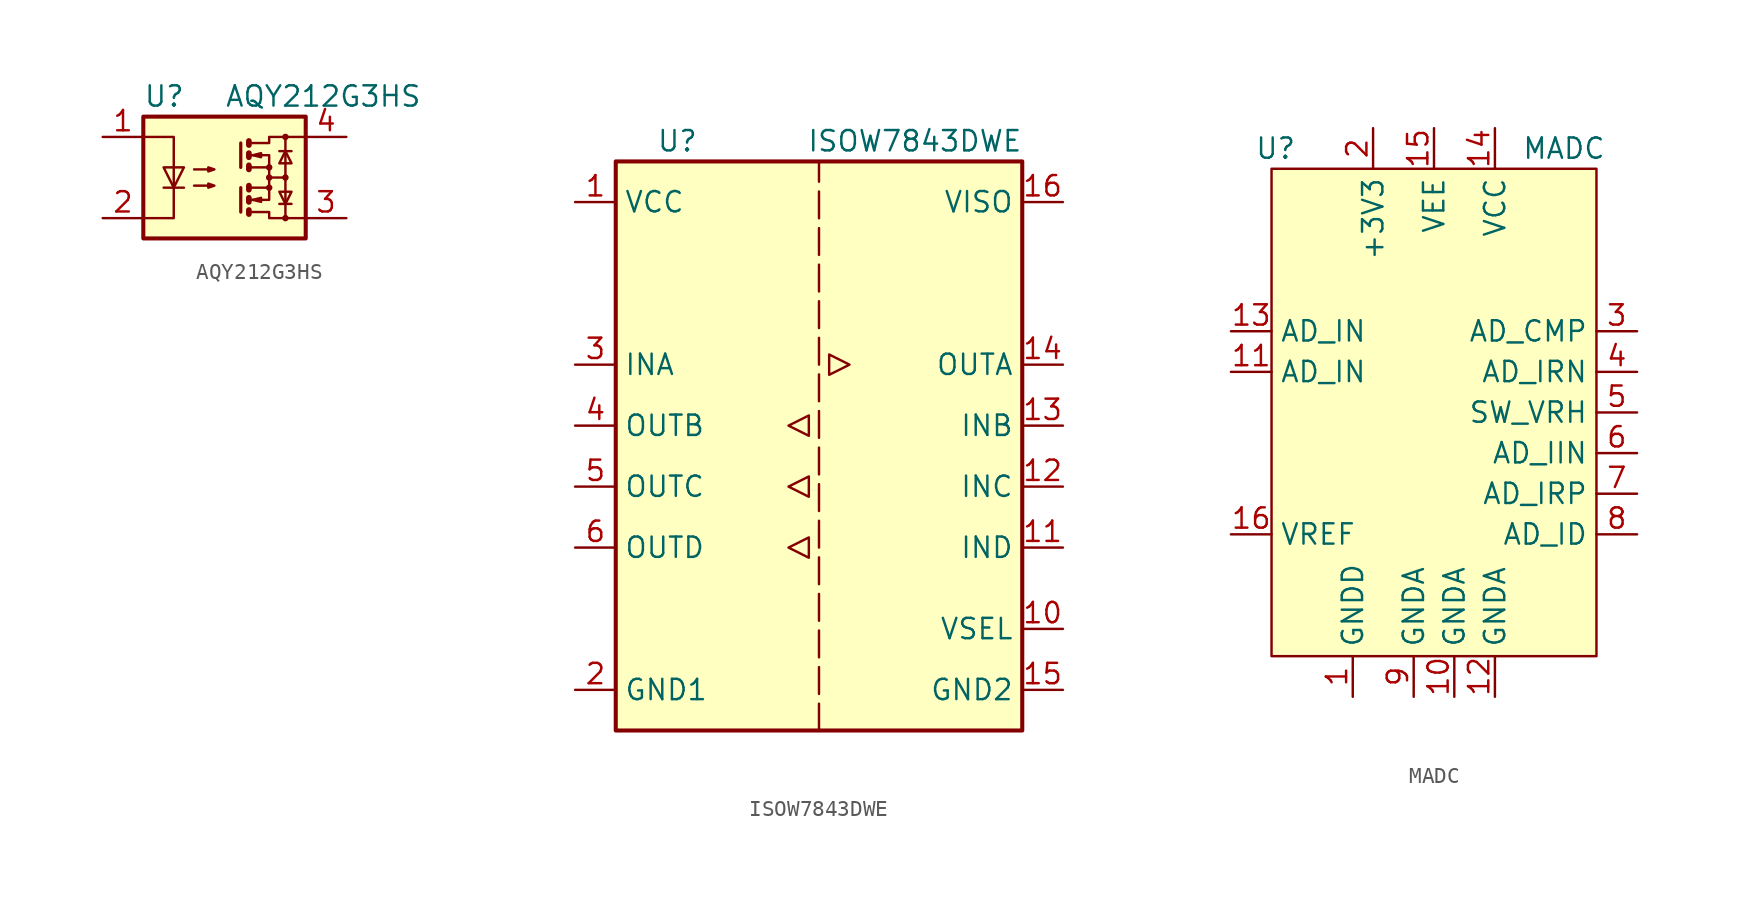
<source format=kicad_sym>
(kicad_symbol_lib
  (version 20241209)
  (generator "kicad_symbol_editor")
  (generator_version "9.0")
  (symbol "AQY212G3HS"
    (property "Reference" "U"
      (at -5.08 5.08 0)
      (effects (font (size 1.27 1.27)) (justify left)))
    (property "Value" "AQY212G3HS"
      (at 0 5.08 0)
      (effects (font (size 1.27 1.27)) (justify left)))
    (symbol "AQY212G3HS_0_1"
      (rectangle (start -5.08 3.81) (end 5.08 -3.81) (stroke (width 0.254) (type default)) (fill (type background)))
      (polyline (pts (xy -5.08 2.54) (xy -3.175 2.54) (xy -3.175 -2.54) (xy -5.08 -2.54)) (stroke (width 0) (type default)) (fill (type none)))
      (polyline (pts (xy -3.81 -0.635) (xy -2.54 -0.635)) (stroke (width 0) (type default)) (fill (type none)))
      (polyline (pts (xy -3.175 -0.635) (xy -3.81 0.635) (xy -2.54 0.635) (xy -3.175 -0.635)) (stroke (width 0) (type default)) (fill (type none)))
      (polyline (pts (xy -1.905 0.508) (xy -0.635 0.508) (xy -1.016 0.381) (xy -1.016 0.635) (xy -0.635 0.508)) (stroke (width 0) (type default)) (fill (type none)))
      (polyline (pts (xy -1.905 -0.508) (xy -0.635 -0.508) (xy -1.016 -0.635) (xy -1.016 -0.381) (xy -0.635 -0.508)) (stroke (width 0) (type default)) (fill (type none)))
      (polyline (pts (xy 1.016 2.159) (xy 1.016 0.635)) (stroke (width 0.203) (type default)) (fill (type none)))
      (polyline (pts (xy 1.016 -0.635) (xy 1.016 -2.159)) (stroke (width 0.203) (type default)) (fill (type none)))
      (polyline (pts (xy 1.524 2.286) (xy 1.524 2.032) (xy 1.524 2.032)) (stroke (width 0.356) (type default)) (fill (type none)))
      (polyline (pts (xy 1.524 1.524) (xy 1.524 1.27) (xy 1.524 1.27)) (stroke (width 0.356) (type default)) (fill (type none)))
      (polyline (pts (xy 1.524 0.762) (xy 1.524 0.508) (xy 1.524 0.508)) (stroke (width 0.356) (type default)) (fill (type none)))
      (polyline (pts (xy 1.524 -0.508) (xy 1.524 -0.762)) (stroke (width 0.356) (type default)) (fill (type none)))
      (polyline (pts (xy 1.524 -1.27) (xy 1.524 -1.524) (xy 1.524 -1.524)) (stroke (width 0.356) (type default)) (fill (type none)))
      (polyline (pts (xy 1.524 -2.032) (xy 1.524 -2.286) (xy 1.524 -2.286)) (stroke (width 0.356) (type default)) (fill (type none)))
      (polyline (pts (xy 1.651 2.159) (xy 2.794 2.159) (xy 2.794 2.54) (xy 5.08 2.54)) (stroke (width 0) (type default)) (fill (type none)))
      (polyline (pts (xy 1.651 1.397) (xy 2.794 1.397) (xy 2.794 0.635)) (stroke (width 0) (type default)) (fill (type none)))
      (polyline (pts (xy 1.651 -0.635) (xy 2.794 -0.635) (xy 2.794 0.635) (xy 1.651 0.635)) (stroke (width 0) (type default)) (fill (type none)))
      (polyline (pts (xy 1.651 -1.397) (xy 2.794 -1.397) (xy 2.794 -0.635)) (stroke (width 0) (type default)) (fill (type none)))
      (polyline (pts (xy 1.651 -2.159) (xy 2.794 -2.159) (xy 2.794 -2.54) (xy 5.08 -2.54)) (stroke (width 0) (type default)) (fill (type none)))
      (polyline (pts (xy 1.778 1.397) (xy 2.286 1.524) (xy 2.286 1.27) (xy 1.778 1.397)) (stroke (width 0) (type default)) (fill (type none)))
      (polyline (pts (xy 1.778 -1.397) (xy 2.286 -1.27) (xy 2.286 -1.524) (xy 1.778 -1.397)) (stroke (width 0) (type default)) (fill (type none)))
      (circle (center 2.794 0.635) (radius 0.127) (stroke (width 0) (type default)) (fill (type none)))
      (polyline (pts (xy 2.794 0) (xy 3.81 0)) (stroke (width 0) (type default)) (fill (type none)))
      (circle (center 2.794 0) (radius 0.127) (stroke (width 0) (type default)) (fill (type none)))
      (circle (center 2.794 -0.635) (radius 0.127) (stroke (width 0) (type default)) (fill (type none)))
      (polyline (pts (xy 3.429 1.651) (xy 4.191 1.651)) (stroke (width 0) (type default)) (fill (type none)))
      (polyline (pts (xy 3.429 -1.651) (xy 4.191 -1.651)) (stroke (width 0) (type default)) (fill (type none)))
      (circle (center 3.81 2.54) (radius 0.127) (stroke (width 0) (type default)) (fill (type none)))
      (polyline (pts (xy 3.81 1.651) (xy 3.429 0.889) (xy 4.191 0.889) (xy 3.81 1.651)) (stroke (width 0) (type default)) (fill (type none)))
      (circle (center 3.81 0) (radius 0.127) (stroke (width 0) (type default)) (fill (type none)))
      (polyline (pts (xy 3.81 -1.651) (xy 3.429 -0.889) (xy 4.191 -0.889) (xy 3.81 -1.651)) (stroke (width 0) (type default)) (fill (type none)))
      (polyline (pts (xy 3.81 -2.54) (xy 3.81 2.54)) (stroke (width 0) (type default)) (fill (type none)))
      (circle (center 3.81 -2.54) (radius 0.127) (stroke (width 0) (type default)) (fill (type none))))
    (symbol "AQY212G3HS_1_1"
      (pin passive line (at -7.62 2.54 0) (length 2.54) (name "~" (effects (font (size 1.27 1.27)))) (number "1" (effects (font (size 1.27 1.27)))))
      (pin passive line (at -7.62 -2.54 0) (length 2.54) (name "~" (effects (font (size 1.27 1.27)))) (number "2" (effects (font (size 1.27 1.27)))))
      (pin passive line (at 7.62 2.54 180) (length 2.54) (name "~" (effects (font (size 1.27 1.27)))) (number "4" (effects (font (size 1.27 1.27)))))
      (pin passive line (at 7.62 -2.54 180) (length 2.54) (name "~" (effects (font (size 1.27 1.27)))) (number "3" (effects (font (size 1.27 1.27)))))))
  (symbol "ISOW7843DWE"
    (property "Reference" "U"
      (at -10.16 19.05 0)
      (effects (font (size 1.27 1.27)) (justify left)))
    (property "Value" "ISOW7843DWE"
      (at -0.762 19.05 0)
      (effects (font (size 1.27 1.27)) (justify left)))
    (symbol "ISOW7843DWE_0_1"
      (polyline (pts (xy -1.905 -2.54) (xy -0.635 -3.175) (xy -0.635 -1.905) (xy -1.905 -2.54)) (stroke (width 0) (type default)) (fill (type none)))
      (polyline (pts (xy -1.905 -6.35) (xy -0.635 -5.715) (xy -0.635 -6.985) (xy -1.905 -6.35)) (stroke (width 0) (type default)) (fill (type none)))
      (polyline (pts (xy -0.635 1.905) (xy -0.635 0.635) (xy -1.905 1.27) (xy -0.635 1.905)) (stroke (width 0) (type default)) (fill (type none)))
      (polyline (pts (xy 0.635 5.715) (xy 0.635 4.445) (xy 1.905 5.08) (xy 0.635 5.715)) (stroke (width 0) (type default)) (fill (type none))))
    (symbol "ISOW7843DWE_1_1"
      (rectangle (start -12.7 17.78) (end 12.7 -17.78) (stroke (width 0.254) (type default)) (fill (type background)))
      (polyline (pts (xy 0 -17.78) (xy 0 17.78)) (stroke (width 0) (type dash)) (fill (type none)))
      (pin power_in line (at -15.24 15.24 0) (length 2.54) (name "VCC" (effects (font (size 1.27 1.27)))) (number "1" (effects (font (size 1.27 1.27)))))
      (pin input line (at -15.24 5.08 0) (length 2.54) (name "INA" (effects (font (size 1.27 1.27)))) (number "3" (effects (font (size 1.27 1.27)))))
      (pin output line (at -15.24 1.27 0) (length 2.54) (name "OUTB" (effects (font (size 1.27 1.27)))) (number "4" (effects (font (size 1.27 1.27)))))
      (pin output line (at -15.24 -2.54 0) (length 2.54) (name "OUTC" (effects (font (size 1.27 1.27)))) (number "5" (effects (font (size 1.27 1.27)))))
      (pin output line (at -15.24 -6.35 0) (length 2.54) (name "OUTD" (effects (font (size 1.27 1.27)))) (number "6" (effects (font (size 1.27 1.27)))))
      (pin passive line (at -15.24 -15.24 0) (length 2.54) (name "GND1" (effects (font (size 1.27 1.27)))) (number "2" (effects (font (size 1.27 1.27)))))
      (pin no_connect non_logic (at -12.7 -11.43 0) (length 0) (hide yes) (name "NC" (effects (font (size 1.27 1.27)))) (number "7" (effects (font (size 1.27 1.27)))))
      (pin power_in line (at 15.24 15.24 180) (length 2.54) (name "VISO" (effects (font (size 1.27 1.27)))) (number "16" (effects (font (size 1.27 1.27)))))
      (pin output line (at 15.24 5.08 180) (length 2.54) (name "OUTA" (effects (font (size 1.27 1.27)))) (number "14" (effects (font (size 1.27 1.27)))))
      (pin input line (at 15.24 1.27 180) (length 2.54) (name "INB" (effects (font (size 1.27 1.27)))) (number "13" (effects (font (size 1.27 1.27)))))
      (pin input line (at 15.24 -2.54 180) (length 2.54) (name "INC" (effects (font (size 1.27 1.27)))) (number "12" (effects (font (size 1.27 1.27)))))
      (pin input line (at 15.24 -6.35 180) (length 2.54) (name "IND" (effects (font (size 1.27 1.27)))) (number "11" (effects (font (size 1.27 1.27)))))
      (pin input line (at 15.24 -11.43 180) (length 2.54) (name "VSEL" (effects (font (size 1.27 1.27)))) (number "10" (effects (font (size 1.27 1.27)))))
      (pin passive line (at 15.24 -15.24 180) (length 2.54) (name "GND2" (effects (font (size 1.27 1.27)))) (number "15" (effects (font (size 1.27 1.27)))))))
  (symbol "MADC"
    (property "Reference" "U"
      (at -9.906 16.51 0)
      (effects (font (size 1.27 1.27))))
    (property "Value" "MADC"
      (at 8.128 16.51 0)
      (effects (font (size 1.27 1.27))))
    (symbol "MADC_0_0"
      (pin input line (at -12.7 5.08 0) (length 2.54) (name "AD_IN" (effects (font (size 1.27 1.27)))) (number "13" (effects (font (size 1.27 1.27)))))
      (pin input line (at -12.7 2.54 0) (length 2.54) (name "AD_IN" (effects (font (size 1.27 1.27)))) (number "11" (effects (font (size 1.27 1.27)))))
      (pin passive line (at -12.7 -7.62 0) (length 2.54) (name "VREF" (effects (font (size 1.27 1.27)))) (number "16" (effects (font (size 1.27 1.27)))))
      (pin passive line (at -5.08 -17.78 90) (length 2.54) (name "GNDD" (effects (font (size 1.27 1.27)))) (number "1" (effects (font (size 1.27 1.27)))))
      (pin passive line (at -3.81 17.78 270) (length 2.54) (name "+3V3" (effects (font (size 1.27 1.27)))) (number "2" (effects (font (size 1.27 1.27)))))
      (pin passive line (at -1.27 -17.78 90) (length 2.54) (name "GNDA" (effects (font (size 1.27 1.27)))) (number "9" (effects (font (size 1.27 1.27)))))
      (pin passive line (at 0 17.78 270) (length 2.54) (name "VEE" (effects (font (size 1.27 1.27)))) (number "15" (effects (font (size 1.27 1.27)))))
      (pin passive line (at 1.27 -17.78 90) (length 2.54) (name "GNDA" (effects (font (size 1.27 1.27)))) (number "10" (effects (font (size 1.27 1.27)))))
      (pin passive line (at 3.81 17.78 270) (length 2.54) (name "VCC" (effects (font (size 1.27 1.27)))) (number "14" (effects (font (size 1.27 1.27)))))
      (pin passive line (at 3.81 -17.78 90) (length 2.54) (name "GNDA" (effects (font (size 1.27 1.27)))) (number "12" (effects (font (size 1.27 1.27)))))
      (pin output line (at 12.7 5.08 180) (length 2.54) (name "AD_CMP" (effects (font (size 1.27 1.27)))) (number "3" (effects (font (size 1.27 1.27)))))
      (pin input line (at 12.7 2.54 180) (length 2.54) (name "AD_IRN" (effects (font (size 1.27 1.27)))) (number "4" (effects (font (size 1.27 1.27)))))
      (pin input line (at 12.7 0 180) (length 2.54) (name "SW_VRH" (effects (font (size 1.27 1.27)))) (number "5" (effects (font (size 1.27 1.27)))))
      (pin input line (at 12.7 -2.54 180) (length 2.54) (name "AD_IIN" (effects (font (size 1.27 1.27)))) (number "6" (effects (font (size 1.27 1.27)))))
      (pin input line (at 12.7 -5.08 180) (length 2.54) (name "AD_IRP" (effects (font (size 1.27 1.27)))) (number "7" (effects (font (size 1.27 1.27)))))
      (pin input line (at 12.7 -7.62 180) (length 2.54) (name "AD_ID" (effects (font (size 1.27 1.27)))) (number "8" (effects (font (size 1.27 1.27))))))
    (symbol "MADC_1_1"
      (rectangle (start -10.16 15.24) (end 10.16 -15.24) (stroke (width 0) (type solid)) (fill (type color) (color 255 255 194 1))))))
</source>
